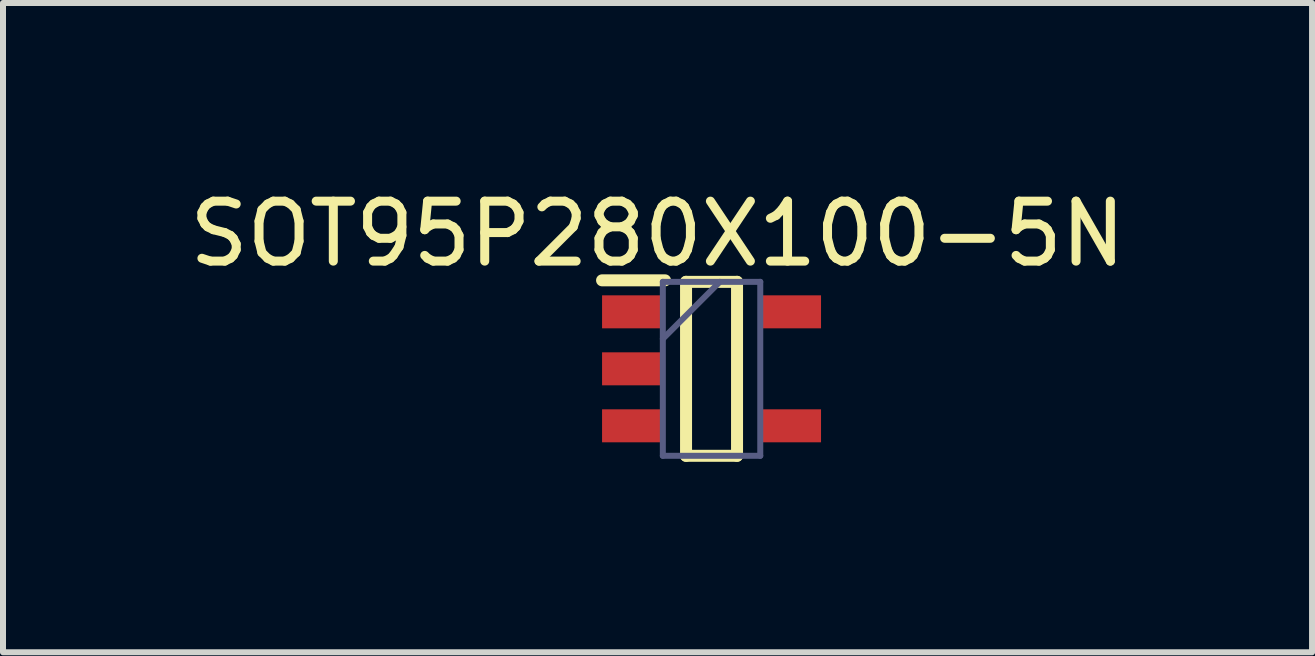
<source format=kicad_pcb>
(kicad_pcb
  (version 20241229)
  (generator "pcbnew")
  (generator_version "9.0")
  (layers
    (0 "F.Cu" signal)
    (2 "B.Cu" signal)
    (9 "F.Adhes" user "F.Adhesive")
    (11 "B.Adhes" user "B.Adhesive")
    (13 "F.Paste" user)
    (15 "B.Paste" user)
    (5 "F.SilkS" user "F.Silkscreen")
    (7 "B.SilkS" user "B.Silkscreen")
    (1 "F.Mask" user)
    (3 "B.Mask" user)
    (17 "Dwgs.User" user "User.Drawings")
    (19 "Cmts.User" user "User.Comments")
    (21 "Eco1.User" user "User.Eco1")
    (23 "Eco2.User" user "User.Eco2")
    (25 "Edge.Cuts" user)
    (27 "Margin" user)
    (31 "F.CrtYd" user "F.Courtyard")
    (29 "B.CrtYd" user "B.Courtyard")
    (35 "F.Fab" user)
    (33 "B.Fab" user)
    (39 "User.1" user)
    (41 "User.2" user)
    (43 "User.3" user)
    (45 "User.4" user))
  (footprint "SOT95P280X100-5N"
    (layer "F.Cu")
    (at 8.811 3.098)
    (property "Reference" "SOT95P280X100-5N" (at -0.9 -2.25 0) (layer "F.SilkS") (effects (font (size 1 1) (thickness 0.15))))
    (fp_line (start -1.825 -1.475) (end -0.775 -1.475) (stroke (width 0.2) (type solid)) (layer "F.SilkS"))
    (fp_line (start -0.425 -1.45) (end 0.425 -1.45) (stroke (width 0.2) (type solid)) (layer "F.SilkS"))
    (fp_line (start -0.425 1.45) (end -0.425 -1.45) (stroke (width 0.2) (type solid)) (layer "F.SilkS"))
    (fp_line (start -0.425 1.45) (end 0.425 1.45) (stroke (width 0.2) (type solid)) (layer "F.SilkS"))
    (fp_line (start 0.425 1.45) (end 0.425 -1.45) (stroke (width 0.2) (type solid)) (layer "F.SilkS"))
    (fp_line (start -2.075 -1.7) (end 2.075 -1.7) (stroke (width 0.05) (type solid)) (layer "Eco2.User"))
    (fp_line (start -2.075 1.7) (end -2.075 -1.7) (stroke (width 0.05) (type solid)) (layer "Eco2.User"))
    (fp_line (start -2.075 1.7) (end 2.075 1.7) (stroke (width 0.05) (type solid)) (layer "Eco2.User"))
    (fp_line (start 2.075 1.7) (end 2.075 -1.7) (stroke (width 0.05) (type solid)) (layer "Eco2.User"))
    (fp_line (start -0.812 -1.45) (end 0.812 -1.45) (stroke (width 0.1) (type solid)) (layer "B.Fab"))
    (fp_line (start -0.812 -0.5) (end 0.138 -1.45) (stroke (width 0.1) (type solid)) (layer "B.Fab"))
    (fp_line (start -0.812 1.45) (end -0.812 -1.45) (stroke (width 0.1) (type solid)) (layer "B.Fab"))
    (fp_line (start -0.812 1.45) (end 0.812 1.45) (stroke (width 0.1) (type solid)) (layer "B.Fab"))
    (fp_line (start 0.812 1.45) (end 0.812 -1.45) (stroke (width 0.1) (type solid)) (layer "B.Fab"))
    (pad "1" smd rect (at -1.3 -0.95) (size 1.05 0.55) (layers "F.Cu" "F.Mask" "F.Paste"))
    (pad "2" smd rect (at -1.3 0) (size 1.05 0.55) (layers "F.Cu" "F.Mask" "F.Paste"))
    (pad "3" smd rect (at -1.3 0.95) (size 1.05 0.55) (layers "F.Cu" "F.Mask" "F.Paste"))
    (pad "4" smd rect (at 1.3 0.95) (size 1.05 0.55) (layers "F.Cu" "F.Mask" "F.Paste"))
    (pad "5" smd rect (at 1.3 -0.95) (size 1.05 0.55) (layers "F.Cu" "F.Mask" "F.Paste")))
  (gr_rect
    (start -3 -3)
    (end 18.821 7.823)
    (stroke (width 0.1) (type default))
    (fill no)
    (layer "Edge.Cuts")))
</source>
